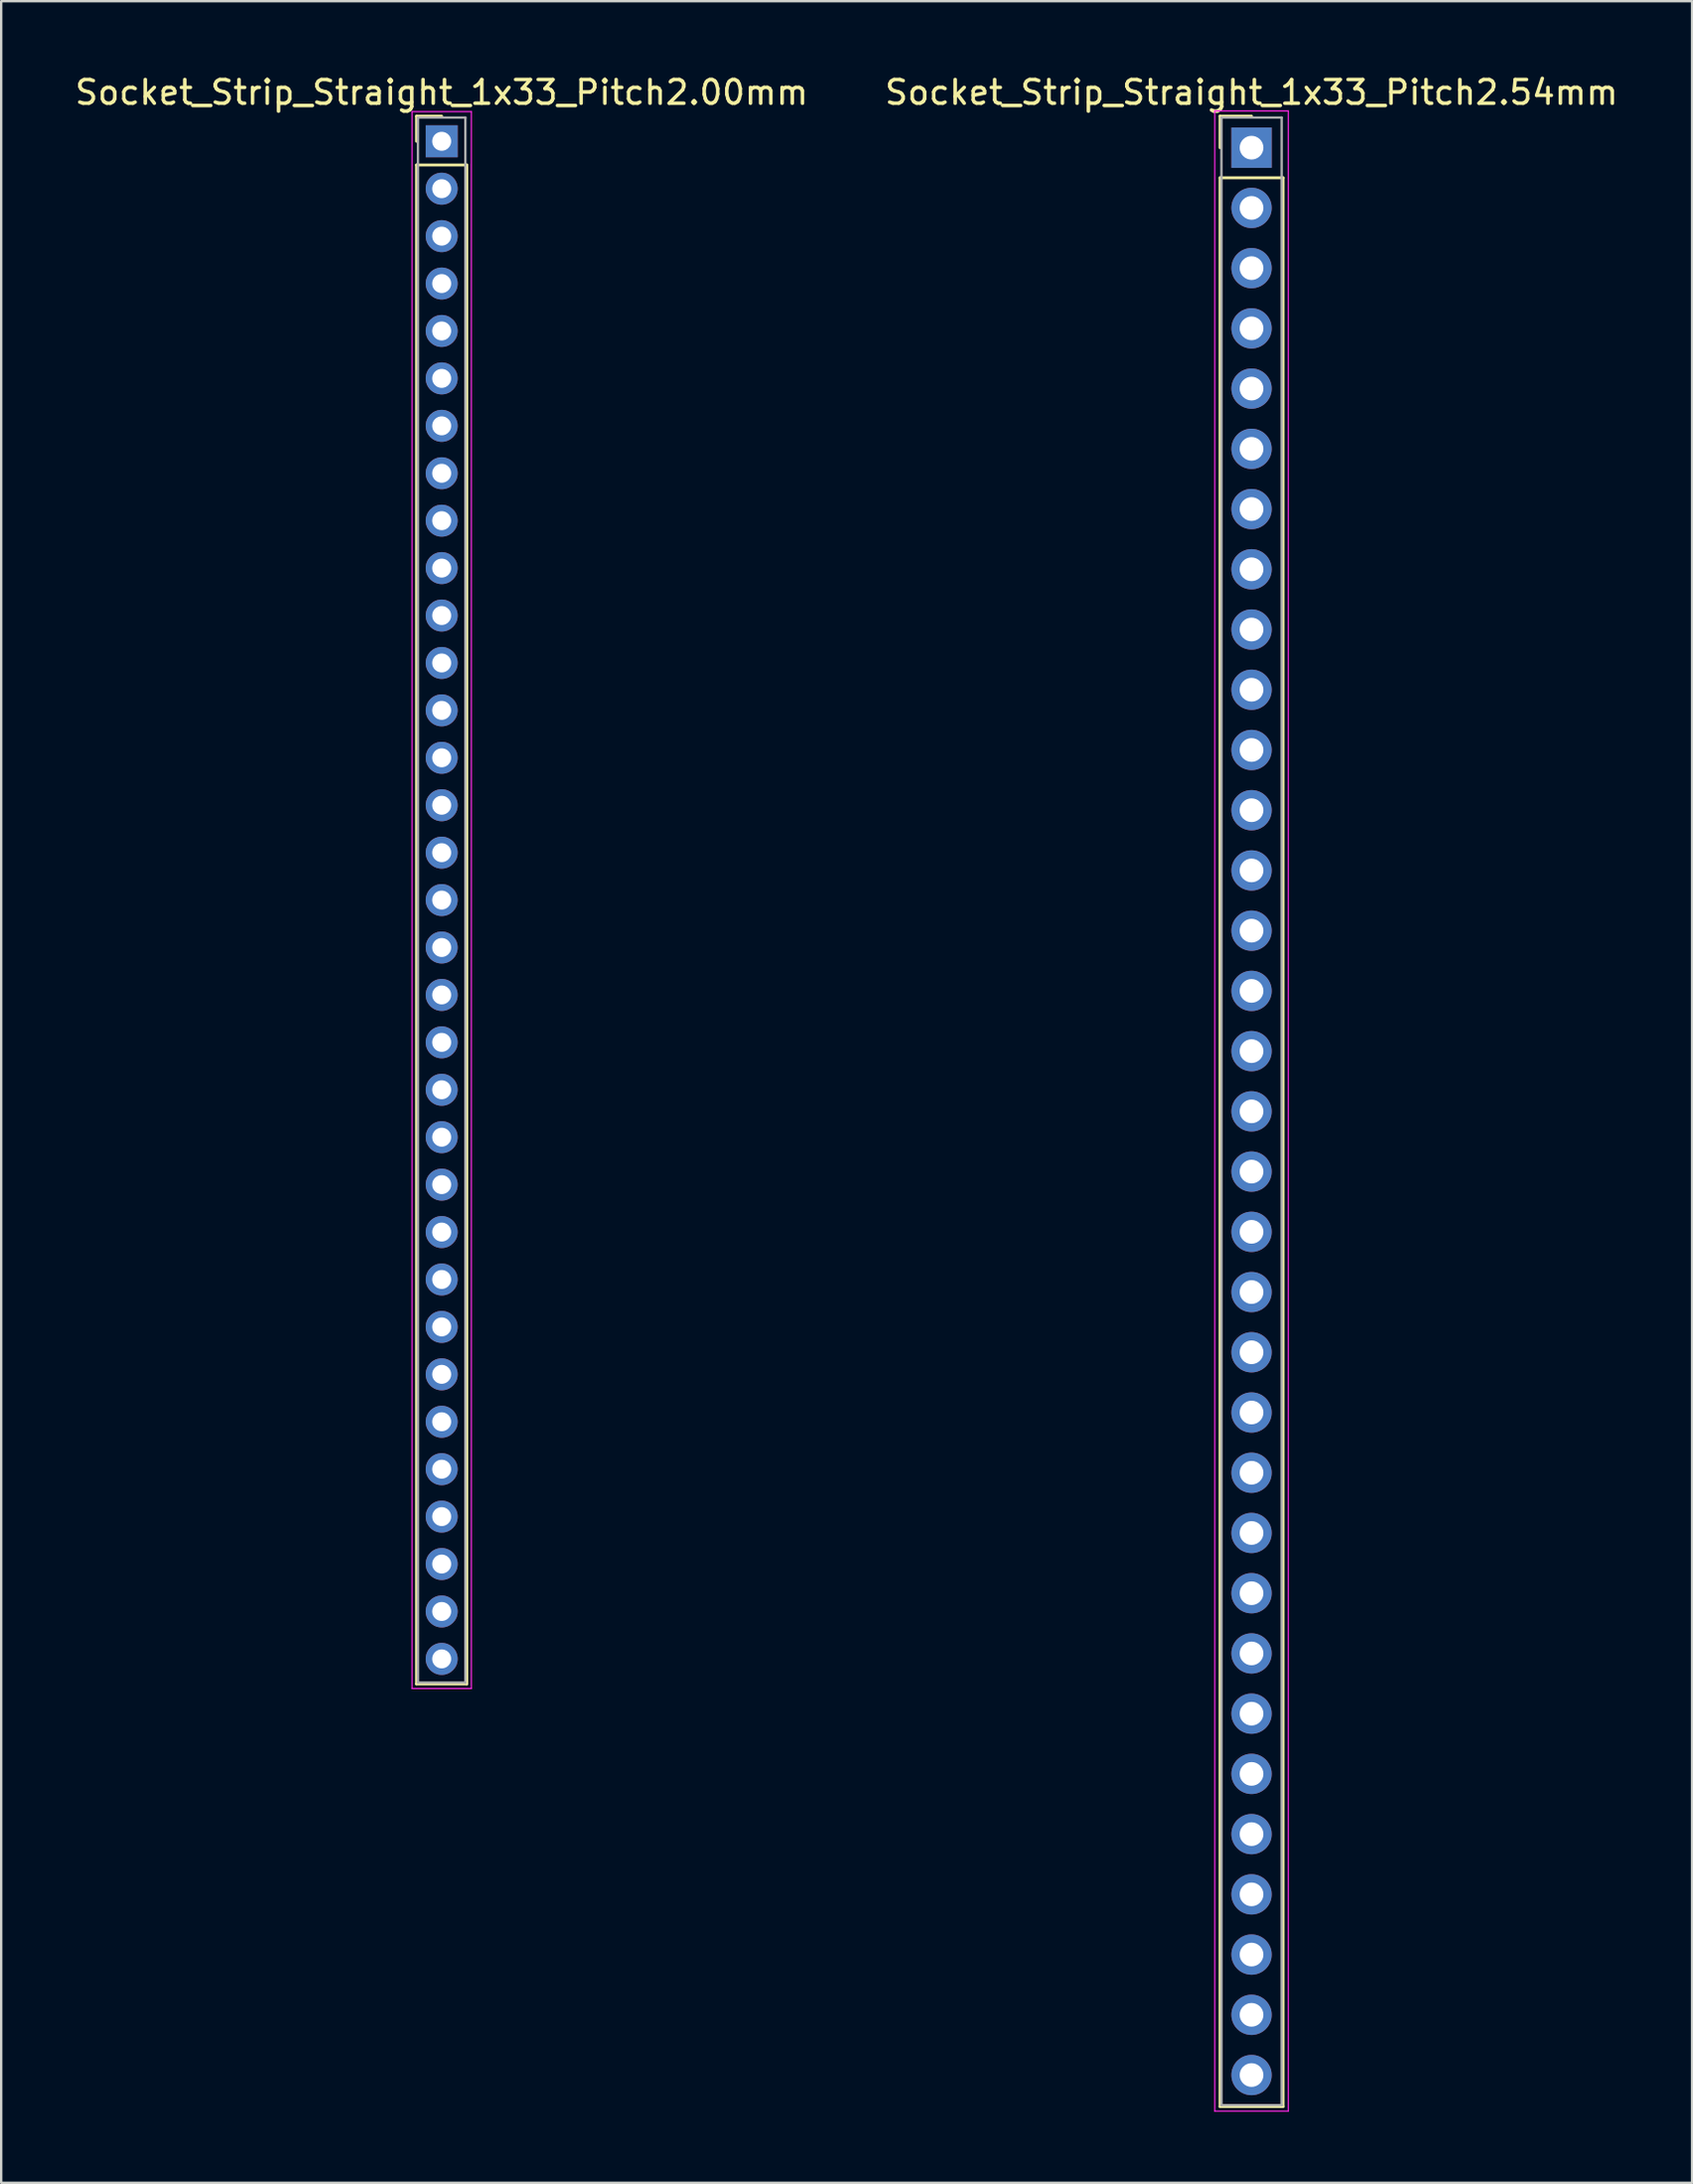
<source format=kicad_pcb>
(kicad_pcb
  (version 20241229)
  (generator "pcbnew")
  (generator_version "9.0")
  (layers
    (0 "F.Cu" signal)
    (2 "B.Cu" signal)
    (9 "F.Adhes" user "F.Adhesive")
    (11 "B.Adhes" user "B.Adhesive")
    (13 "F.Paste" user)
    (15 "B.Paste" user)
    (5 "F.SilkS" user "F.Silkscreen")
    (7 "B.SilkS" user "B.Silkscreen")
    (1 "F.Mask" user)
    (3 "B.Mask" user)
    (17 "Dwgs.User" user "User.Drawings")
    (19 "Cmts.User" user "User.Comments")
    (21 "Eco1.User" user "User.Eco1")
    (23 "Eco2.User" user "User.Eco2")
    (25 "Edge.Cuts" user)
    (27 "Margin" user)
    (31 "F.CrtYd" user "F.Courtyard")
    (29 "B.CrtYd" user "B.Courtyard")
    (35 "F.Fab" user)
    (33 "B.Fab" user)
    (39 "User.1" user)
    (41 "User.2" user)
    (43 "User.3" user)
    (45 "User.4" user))
  (footprint "Socket_Strip_Straight_1x33_Pitch2.54mm"
    (layer "F.Cu")
    (at 49.732 3.178)
    (property "Reference" "Socket_Strip_Straight_1x33_Pitch2.54mm" (at 0 -2.33 0) (layer "F.SilkS") (effects (font (size 1 1) (thickness 0.15))))
    (attr through_hole)
    (fp_line (start -1.33 -1.33) (end 0 -1.33) (stroke (width 0.12) (type solid)) (layer "F.SilkS"))
    (fp_line (start -1.33 0) (end -1.33 -1.33) (stroke (width 0.12) (type solid)) (layer "F.SilkS"))
    (fp_line (start -1.33 1.27) (end -1.33 82.61) (stroke (width 0.12) (type solid)) (layer "F.SilkS"))
    (fp_line (start -1.33 82.61) (end 1.33 82.61) (stroke (width 0.12) (type solid)) (layer "F.SilkS"))
    (fp_line (start 1.33 1.27) (end -1.33 1.27) (stroke (width 0.12) (type solid)) (layer "F.SilkS"))
    (fp_line (start 1.33 82.61) (end 1.33 1.27) (stroke (width 0.12) (type solid)) (layer "F.SilkS"))
    (fp_line (start -1.55 -1.55) (end -1.55 82.8) (stroke (width 0.05) (type solid)) (layer "F.CrtYd"))
    (fp_line (start -1.55 82.8) (end 1.55 82.8) (stroke (width 0.05) (type solid)) (layer "F.CrtYd"))
    (fp_line (start 1.55 -1.55) (end -1.55 -1.55) (stroke (width 0.05) (type solid)) (layer "F.CrtYd"))
    (fp_line (start 1.55 82.8) (end 1.55 -1.55) (stroke (width 0.05) (type solid)) (layer "F.CrtYd"))
    (fp_line (start -1.27 -1.27) (end -1.27 82.55) (stroke (width 0.1) (type solid)) (layer "F.Fab"))
    (fp_line (start -1.27 82.55) (end 1.27 82.55) (stroke (width 0.1) (type solid)) (layer "F.Fab"))
    (fp_line (start 1.27 -1.27) (end -1.27 -1.27) (stroke (width 0.1) (type solid)) (layer "F.Fab"))
    (fp_line (start 1.27 82.55) (end 1.27 -1.27) (stroke (width 0.1) (type solid)) (layer "F.Fab"))
    (pad "1" thru_hole rect (at 0 0) (size 1.7 1.7) (drill 1) (layers "*.Cu" "*.Mask"))
    (pad "2" thru_hole oval (at 0 2.54) (size 1.7 1.7) (drill 1) (layers "*.Cu" "*.Mask"))
    (pad "3" thru_hole oval (at 0 5.08) (size 1.7 1.7) (drill 1) (layers "*.Cu" "*.Mask"))
    (pad "4" thru_hole oval (at 0 7.62) (size 1.7 1.7) (drill 1) (layers "*.Cu" "*.Mask"))
    (pad "5" thru_hole oval (at 0 10.16) (size 1.7 1.7) (drill 1) (layers "*.Cu" "*.Mask"))
    (pad "6" thru_hole oval (at 0 12.7) (size 1.7 1.7) (drill 1) (layers "*.Cu" "*.Mask"))
    (pad "7" thru_hole oval (at 0 15.24) (size 1.7 1.7) (drill 1) (layers "*.Cu" "*.Mask"))
    (pad "8" thru_hole oval (at 0 17.78) (size 1.7 1.7) (drill 1) (layers "*.Cu" "*.Mask"))
    (pad "9" thru_hole oval (at 0 20.32) (size 1.7 1.7) (drill 1) (layers "*.Cu" "*.Mask"))
    (pad "10" thru_hole oval (at 0 22.86) (size 1.7 1.7) (drill 1) (layers "*.Cu" "*.Mask"))
    (pad "11" thru_hole oval (at 0 25.4) (size 1.7 1.7) (drill 1) (layers "*.Cu" "*.Mask"))
    (pad "12" thru_hole oval (at 0 27.94) (size 1.7 1.7) (drill 1) (layers "*.Cu" "*.Mask"))
    (pad "13" thru_hole oval (at 0 30.48) (size 1.7 1.7) (drill 1) (layers "*.Cu" "*.Mask"))
    (pad "14" thru_hole oval (at 0 33.02) (size 1.7 1.7) (drill 1) (layers "*.Cu" "*.Mask"))
    (pad "15" thru_hole oval (at 0 35.56) (size 1.7 1.7) (drill 1) (layers "*.Cu" "*.Mask"))
    (pad "16" thru_hole oval (at 0 38.1) (size 1.7 1.7) (drill 1) (layers "*.Cu" "*.Mask"))
    (pad "17" thru_hole oval (at 0 40.64) (size 1.7 1.7) (drill 1) (layers "*.Cu" "*.Mask"))
    (pad "18" thru_hole oval (at 0 43.18) (size 1.7 1.7) (drill 1) (layers "*.Cu" "*.Mask"))
    (pad "19" thru_hole oval (at 0 45.72) (size 1.7 1.7) (drill 1) (layers "*.Cu" "*.Mask"))
    (pad "20" thru_hole oval (at 0 48.26) (size 1.7 1.7) (drill 1) (layers "*.Cu" "*.Mask"))
    (pad "21" thru_hole oval (at 0 50.8) (size 1.7 1.7) (drill 1) (layers "*.Cu" "*.Mask"))
    (pad "22" thru_hole oval (at 0 53.34) (size 1.7 1.7) (drill 1) (layers "*.Cu" "*.Mask"))
    (pad "23" thru_hole oval (at 0 55.88) (size 1.7 1.7) (drill 1) (layers "*.Cu" "*.Mask"))
    (pad "24" thru_hole oval (at 0 58.42) (size 1.7 1.7) (drill 1) (layers "*.Cu" "*.Mask"))
    (pad "25" thru_hole oval (at 0 60.96) (size 1.7 1.7) (drill 1) (layers "*.Cu" "*.Mask"))
    (pad "26" thru_hole oval (at 0 63.5) (size 1.7 1.7) (drill 1) (layers "*.Cu" "*.Mask"))
    (pad "27" thru_hole oval (at 0 66.04) (size 1.7 1.7) (drill 1) (layers "*.Cu" "*.Mask"))
    (pad "28" thru_hole oval (at 0 68.58) (size 1.7 1.7) (drill 1) (layers "*.Cu" "*.Mask"))
    (pad "29" thru_hole oval (at 0 71.12) (size 1.7 1.7) (drill 1) (layers "*.Cu" "*.Mask"))
    (pad "30" thru_hole oval (at 0 73.66) (size 1.7 1.7) (drill 1) (layers "*.Cu" "*.Mask"))
    (pad "31" thru_hole oval (at 0 76.2) (size 1.7 1.7) (drill 1) (layers "*.Cu" "*.Mask"))
    (pad "32" thru_hole oval (at 0 78.74) (size 1.7 1.7) (drill 1) (layers "*.Cu" "*.Mask"))
    (pad "33" thru_hole oval (at 0 81.28) (size 1.7 1.7) (drill 1) (layers "*.Cu" "*.Mask")))
  (footprint "Socket_Strip_Straight_1x33_Pitch2.00mm"
    (layer "F.Cu")
    (at 15.577 2.908)
    (property "Reference" "Socket_Strip_Straight_1x33_Pitch2.00mm" (at 0 -2.06 0) (layer "F.SilkS") (effects (font (size 1 1) (thickness 0.15))))
    (attr through_hole)
    (fp_line (start -1.06 -1.06) (end 0 -1.06) (stroke (width 0.12) (type solid)) (layer "F.SilkS"))
    (fp_line (start -1.06 0) (end -1.06 -1.06) (stroke (width 0.12) (type solid)) (layer "F.SilkS"))
    (fp_line (start -1.06 1) (end -1.06 65.06) (stroke (width 0.12) (type solid)) (layer "F.SilkS"))
    (fp_line (start -1.06 65.06) (end 1.06 65.06) (stroke (width 0.12) (type solid)) (layer "F.SilkS"))
    (fp_line (start 1.06 1) (end -1.06 1) (stroke (width 0.12) (type solid)) (layer "F.SilkS"))
    (fp_line (start 1.06 65.06) (end 1.06 1) (stroke (width 0.12) (type solid)) (layer "F.SilkS"))
    (fp_line (start -1.25 -1.25) (end -1.25 65.25) (stroke (width 0.05) (type solid)) (layer "F.CrtYd"))
    (fp_line (start -1.25 65.25) (end 1.25 65.25) (stroke (width 0.05) (type solid)) (layer "F.CrtYd"))
    (fp_line (start 1.25 -1.25) (end -1.25 -1.25) (stroke (width 0.05) (type solid)) (layer "F.CrtYd"))
    (fp_line (start 1.25 65.25) (end 1.25 -1.25) (stroke (width 0.05) (type solid)) (layer "F.CrtYd"))
    (fp_line (start -1 -1) (end -1 65) (stroke (width 0.1) (type solid)) (layer "F.Fab"))
    (fp_line (start -1 65) (end 1 65) (stroke (width 0.1) (type solid)) (layer "F.Fab"))
    (fp_line (start 1 -1) (end -1 -1) (stroke (width 0.1) (type solid)) (layer "F.Fab"))
    (fp_line (start 1 65) (end 1 -1) (stroke (width 0.1) (type solid)) (layer "F.Fab"))
    (pad "1" thru_hole rect (at 0 0) (size 1.35 1.35) (drill 0.8) (layers "*.Cu" "*.Mask"))
    (pad "2" thru_hole oval (at 0 2) (size 1.35 1.35) (drill 0.8) (layers "*.Cu" "*.Mask"))
    (pad "3" thru_hole oval (at 0 4) (size 1.35 1.35) (drill 0.8) (layers "*.Cu" "*.Mask"))
    (pad "4" thru_hole oval (at 0 6) (size 1.35 1.35) (drill 0.8) (layers "*.Cu" "*.Mask"))
    (pad "5" thru_hole oval (at 0 8) (size 1.35 1.35) (drill 0.8) (layers "*.Cu" "*.Mask"))
    (pad "6" thru_hole oval (at 0 10) (size 1.35 1.35) (drill 0.8) (layers "*.Cu" "*.Mask"))
    (pad "7" thru_hole oval (at 0 12) (size 1.35 1.35) (drill 0.8) (layers "*.Cu" "*.Mask"))
    (pad "8" thru_hole oval (at 0 14) (size 1.35 1.35) (drill 0.8) (layers "*.Cu" "*.Mask"))
    (pad "9" thru_hole oval (at 0 16) (size 1.35 1.35) (drill 0.8) (layers "*.Cu" "*.Mask"))
    (pad "10" thru_hole oval (at 0 18) (size 1.35 1.35) (drill 0.8) (layers "*.Cu" "*.Mask"))
    (pad "11" thru_hole oval (at 0 20) (size 1.35 1.35) (drill 0.8) (layers "*.Cu" "*.Mask"))
    (pad "12" thru_hole oval (at 0 22) (size 1.35 1.35) (drill 0.8) (layers "*.Cu" "*.Mask"))
    (pad "13" thru_hole oval (at 0 24) (size 1.35 1.35) (drill 0.8) (layers "*.Cu" "*.Mask"))
    (pad "14" thru_hole oval (at 0 26) (size 1.35 1.35) (drill 0.8) (layers "*.Cu" "*.Mask"))
    (pad "15" thru_hole oval (at 0 28) (size 1.35 1.35) (drill 0.8) (layers "*.Cu" "*.Mask"))
    (pad "16" thru_hole oval (at 0 30) (size 1.35 1.35) (drill 0.8) (layers "*.Cu" "*.Mask"))
    (pad "17" thru_hole oval (at 0 32) (size 1.35 1.35) (drill 0.8) (layers "*.Cu" "*.Mask"))
    (pad "18" thru_hole oval (at 0 34) (size 1.35 1.35) (drill 0.8) (layers "*.Cu" "*.Mask"))
    (pad "19" thru_hole oval (at 0 36) (size 1.35 1.35) (drill 0.8) (layers "*.Cu" "*.Mask"))
    (pad "20" thru_hole oval (at 0 38) (size 1.35 1.35) (drill 0.8) (layers "*.Cu" "*.Mask"))
    (pad "21" thru_hole oval (at 0 40) (size 1.35 1.35) (drill 0.8) (layers "*.Cu" "*.Mask"))
    (pad "22" thru_hole oval (at 0 42) (size 1.35 1.35) (drill 0.8) (layers "*.Cu" "*.Mask"))
    (pad "23" thru_hole oval (at 0 44) (size 1.35 1.35) (drill 0.8) (layers "*.Cu" "*.Mask"))
    (pad "24" thru_hole oval (at 0 46) (size 1.35 1.35) (drill 0.8) (layers "*.Cu" "*.Mask"))
    (pad "25" thru_hole oval (at 0 48) (size 1.35 1.35) (drill 0.8) (layers "*.Cu" "*.Mask"))
    (pad "26" thru_hole oval (at 0 50) (size 1.35 1.35) (drill 0.8) (layers "*.Cu" "*.Mask"))
    (pad "27" thru_hole oval (at 0 52) (size 1.35 1.35) (drill 0.8) (layers "*.Cu" "*.Mask"))
    (pad "28" thru_hole oval (at 0 54) (size 1.35 1.35) (drill 0.8) (layers "*.Cu" "*.Mask"))
    (pad "29" thru_hole oval (at 0 56) (size 1.35 1.35) (drill 0.8) (layers "*.Cu" "*.Mask"))
    (pad "30" thru_hole oval (at 0 58) (size 1.35 1.35) (drill 0.8) (layers "*.Cu" "*.Mask"))
    (pad "31" thru_hole oval (at 0 60) (size 1.35 1.35) (drill 0.8) (layers "*.Cu" "*.Mask"))
    (pad "32" thru_hole oval (at 0 62) (size 1.35 1.35) (drill 0.8) (layers "*.Cu" "*.Mask"))
    (pad "33" thru_hole oval (at 0 64) (size 1.35 1.35) (drill 0.8) (layers "*.Cu" "*.Mask")))
  (gr_rect
    (start -3 -3)
    (end 68.31 89.003)
    (stroke (width 0.1) (type default))
    (fill no)
    (layer "Edge.Cuts")))
</source>
